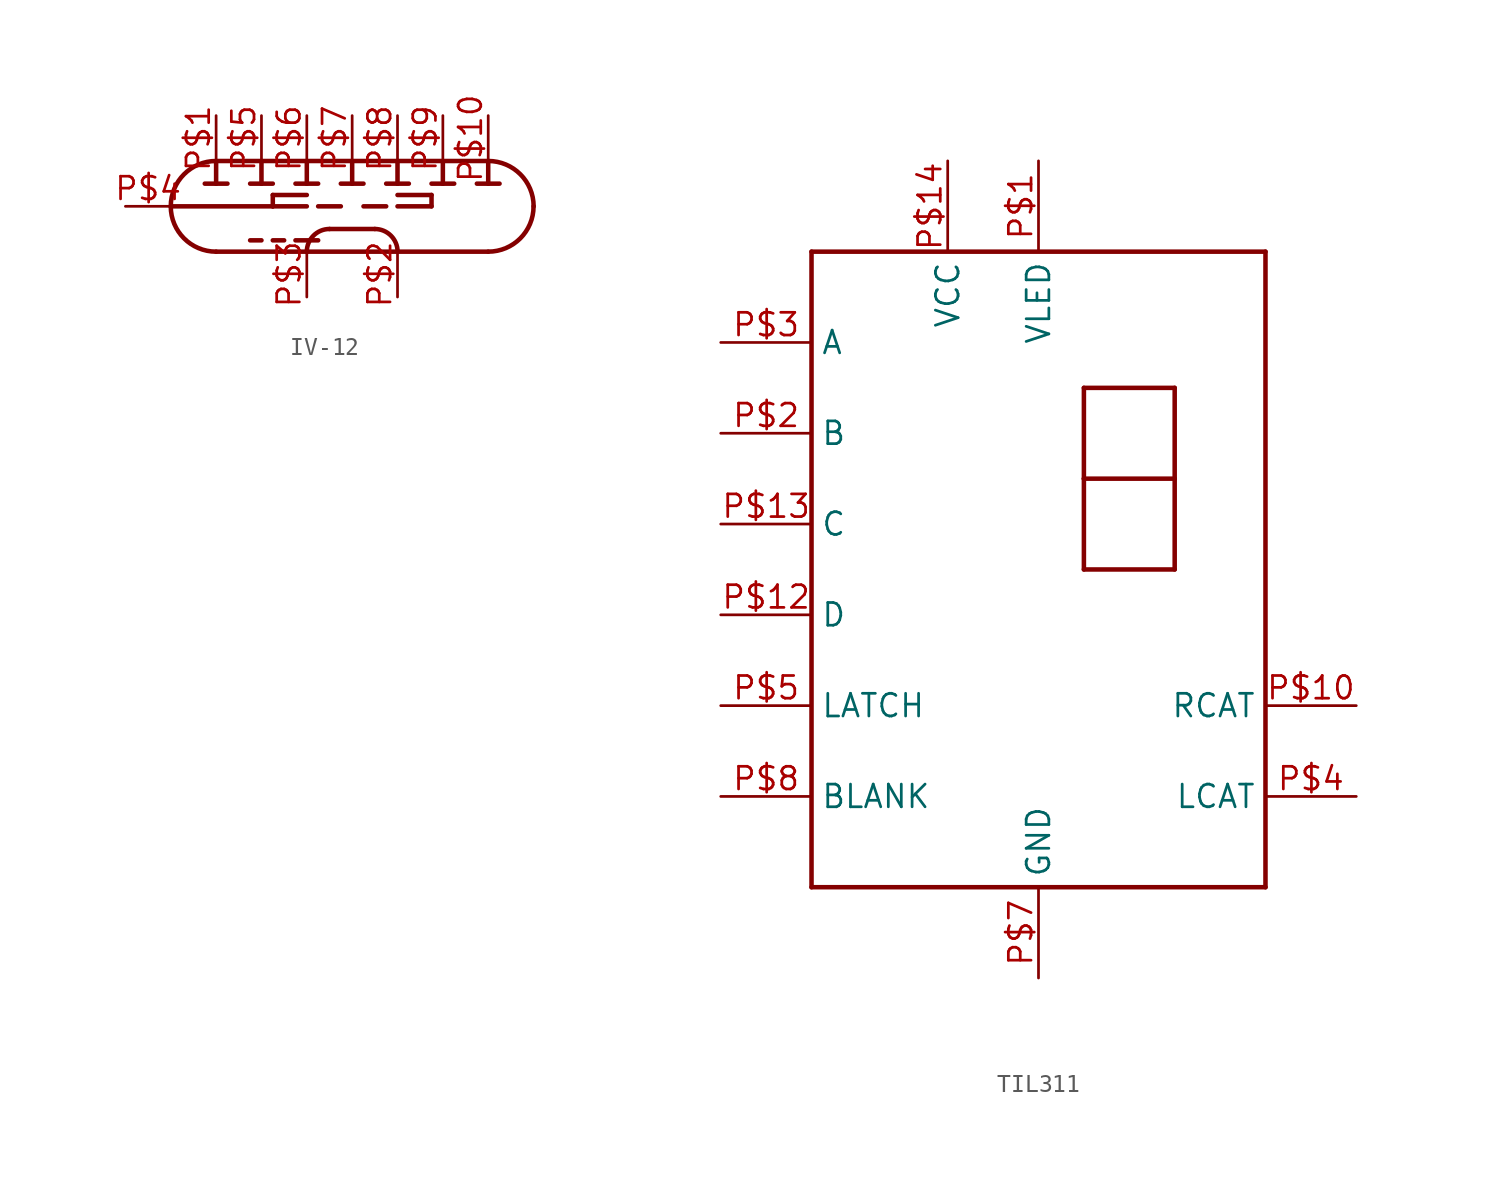
<source format=kicad_sym>
(kicad_symbol_lib
  (version 20231120)
  (generator "kicad_symbol_editor")
  (generator_version "8.0")
  (symbol "IV-12"
    (property "Reference" ""
      (at 5.08 -5.08 0)
      (effects (font (size 1.27 1.079)) (justify left bottom) (hide yes)))
    (property "ki_locked" ""
      (at 0 0 0)
      (effects (font (size 1.27 1.27))))
    (symbol "IV-12_1_0"
      (arc (start -10.16 0) (mid -9.4161 -1.7961) (end -7.62 -2.54) (stroke (width 0.254) (type solid)) (fill (type none)))
      (arc (start -7.62 2.54) (mid -9.4161 1.7961) (end -10.16 0) (stroke (width 0.254) (type solid)) (fill (type none)))
      (arc (start -1.27 -1.27) (mid -2.168 -1.642) (end -2.54 -2.54) (stroke (width 0.254) (type solid)) (fill (type none)))
      (polyline (pts (xy -7.62 1.27) (xy -8.255 1.27)) (stroke (width 0.254) (type solid)) (fill (type none)))
      (polyline (pts (xy -7.62 1.27) (xy -6.985 1.27)) (stroke (width 0.254) (type solid)) (fill (type none)))
      (polyline (pts (xy -7.62 2.54) (xy -7.62 1.27)) (stroke (width 0.254) (type solid)) (fill (type none)))
      (polyline (pts (xy -7.62 2.54) (xy -5.08 2.54)) (stroke (width 0.254) (type solid)) (fill (type none)))
      (polyline (pts (xy -5.715 1.27) (xy -5.08 1.27)) (stroke (width 0.254) (type solid)) (fill (type none)))
      (polyline (pts (xy -5.08 -1.905) (xy -5.715 -1.905)) (stroke (width 0.254) (type solid)) (fill (type none)))
      (polyline (pts (xy -5.08 1.27) (xy -5.08 2.54)) (stroke (width 0.254) (type solid)) (fill (type none)))
      (polyline (pts (xy -5.08 1.27) (xy -4.445 1.27)) (stroke (width 0.254) (type solid)) (fill (type none)))
      (polyline (pts (xy -5.08 2.54) (xy -2.54 2.54)) (stroke (width 0.254) (type solid)) (fill (type none)))
      (polyline (pts (xy -4.445 0) (xy -10.16 0)) (stroke (width 0.254) (type solid)) (fill (type none)))
      (polyline (pts (xy -4.445 0) (xy -2.54 0)) (stroke (width 0.254) (type solid)) (fill (type none)))
      (polyline (pts (xy -4.445 0.635) (xy -4.445 0)) (stroke (width 0.254) (type solid)) (fill (type none)))
      (polyline (pts (xy -3.81 -1.905) (xy -4.445 -1.905)) (stroke (width 0.254) (type solid)) (fill (type none)))
      (polyline (pts (xy -3.175 -1.905) (xy -1.905 -1.905)) (stroke (width 0.254) (type solid)) (fill (type none)))
      (polyline (pts (xy -3.175 1.27) (xy -2.54 1.27)) (stroke (width 0.254) (type solid)) (fill (type none)))
      (polyline (pts (xy -2.54 -2.54) (xy -7.62 -2.54)) (stroke (width 0.254) (type solid)) (fill (type none)))
      (polyline (pts (xy -2.54 0.635) (xy -4.445 0.635)) (stroke (width 0.254) (type solid)) (fill (type none)))
      (polyline (pts (xy -2.54 1.27) (xy -2.54 2.54)) (stroke (width 0.254) (type solid)) (fill (type none)))
      (polyline (pts (xy -2.54 1.27) (xy -1.905 1.27)) (stroke (width 0.254) (type solid)) (fill (type none)))
      (polyline (pts (xy -2.54 2.54) (xy 0 2.54)) (stroke (width 0.254) (type solid)) (fill (type none)))
      (polyline (pts (xy -1.905 0) (xy -0.635 0)) (stroke (width 0.254) (type solid)) (fill (type none)))
      (polyline (pts (xy -1.27 -1.27) (xy 1.27 -1.27)) (stroke (width 0.254) (type solid)) (fill (type none)))
      (polyline (pts (xy -0.635 1.27) (xy 0 1.27)) (stroke (width 0.254) (type solid)) (fill (type none)))
      (polyline (pts (xy 0 1.27) (xy 0 2.54)) (stroke (width 0.254) (type solid)) (fill (type none)))
      (polyline (pts (xy 0 1.27) (xy 0.635 1.27)) (stroke (width 0.254) (type solid)) (fill (type none)))
      (polyline (pts (xy 0 2.54) (xy 2.54 2.54)) (stroke (width 0.254) (type solid)) (fill (type none)))
      (polyline (pts (xy 0.635 0) (xy 1.905 0)) (stroke (width 0.254) (type solid)) (fill (type none)))
      (polyline (pts (xy 1.905 1.27) (xy 2.54 1.27)) (stroke (width 0.254) (type solid)) (fill (type none)))
      (polyline (pts (xy 2.54 -2.54) (xy -2.54 -2.54)) (stroke (width 0.254) (type solid)) (fill (type none)))
      (polyline (pts (xy 2.54 0) (xy 4.445 0)) (stroke (width 0.254) (type solid)) (fill (type none)))
      (polyline (pts (xy 2.54 1.27) (xy 2.54 2.54)) (stroke (width 0.254) (type solid)) (fill (type none)))
      (polyline (pts (xy 2.54 1.27) (xy 3.175 1.27)) (stroke (width 0.254) (type solid)) (fill (type none)))
      (polyline (pts (xy 2.54 2.54) (xy 5.08 2.54)) (stroke (width 0.254) (type solid)) (fill (type none)))
      (polyline (pts (xy 4.445 0) (xy 4.445 0.635)) (stroke (width 0.254) (type solid)) (fill (type none)))
      (polyline (pts (xy 4.445 0.635) (xy 2.54 0.635)) (stroke (width 0.254) (type solid)) (fill (type none)))
      (polyline (pts (xy 4.445 1.27) (xy 5.08 1.27)) (stroke (width 0.254) (type solid)) (fill (type none)))
      (polyline (pts (xy 5.08 1.27) (xy 5.08 2.54)) (stroke (width 0.254) (type solid)) (fill (type none)))
      (polyline (pts (xy 5.08 1.27) (xy 5.715 1.27)) (stroke (width 0.254) (type solid)) (fill (type none)))
      (polyline (pts (xy 5.08 2.54) (xy 7.62 2.54)) (stroke (width 0.254) (type solid)) (fill (type none)))
      (polyline (pts (xy 6.985 1.27) (xy 7.62 1.27)) (stroke (width 0.254) (type solid)) (fill (type none)))
      (polyline (pts (xy 7.62 -2.54) (xy 2.54 -2.54)) (stroke (width 0.254) (type solid)) (fill (type none)))
      (polyline (pts (xy 7.62 1.27) (xy 7.62 2.54)) (stroke (width 0.254) (type solid)) (fill (type none)))
      (polyline (pts (xy 7.62 1.27) (xy 8.255 1.27)) (stroke (width 0.254) (type solid)) (fill (type none)))
      (arc (start 2.54 -2.54) (mid 2.168 -1.642) (end 1.27 -1.27) (stroke (width 0.254) (type solid)) (fill (type none)))
      (arc (start 7.62 -2.54) (mid 9.4161 -1.7961) (end 10.16 0) (stroke (width 0.254) (type solid)) (fill (type none)))
      (arc (start 10.16 0) (mid 9.4161 1.7961) (end 7.62 2.54) (stroke (width 0.254) (type solid)) (fill (type none)))
      (pin bidirectional line (at -7.62 5.08 270) (length 2.54) (name "C1" (effects (font (size 0 0)))) (number "P$1" (effects (font (size 1.27 1.27)))))
      (pin bidirectional line (at 7.62 5.08 270) (length 2.54) (name "C10" (effects (font (size 0 0)))) (number "P$10" (effects (font (size 1.27 1.27)))))
      (pin bidirectional line (at 2.54 -5.08 90) (length 2.54) (name "F2" (effects (font (size 0 0)))) (number "P$2" (effects (font (size 1.27 1.27)))))
      (pin bidirectional line (at -2.54 -5.08 90) (length 2.54) (name "F3" (effects (font (size 0 0)))) (number "P$3" (effects (font (size 1.27 1.27)))))
      (pin bidirectional line (at -12.7 0 0) (length 2.54) (name "ANODE" (effects (font (size 0 0)))) (number "P$4" (effects (font (size 1.27 1.27)))))
      (pin bidirectional line (at -5.08 5.08 270) (length 2.54) (name "C5" (effects (font (size 0 0)))) (number "P$5" (effects (font (size 1.27 1.27)))))
      (pin bidirectional line (at -2.54 5.08 270) (length 2.54) (name "C6" (effects (font (size 0 0)))) (number "P$6" (effects (font (size 1.27 1.27)))))
      (pin bidirectional line (at 0 5.08 270) (length 2.54) (name "C7" (effects (font (size 0 0)))) (number "P$7" (effects (font (size 1.27 1.27)))))
      (pin bidirectional line (at 2.54 5.08 270) (length 2.54) (name "C8" (effects (font (size 0 0)))) (number "P$8" (effects (font (size 1.27 1.27)))))
      (pin bidirectional line (at 5.08 5.08 270) (length 2.54) (name "C9" (effects (font (size 0 0)))) (number "P$9" (effects (font (size 1.27 1.27)))))))
  (symbol "TIL311"
    (property "Reference" ""
      (at -12.7 -20.32 0)
      (effects (font (size 1.422 1.209)) (justify left bottom) (hide yes)))
    (property "Value" ""
      (at 5.08 -20.32 0)
      (effects (font (size 1.422 1.209)) (justify left bottom)))
    (property "ki_locked" ""
      (at 0 0 0)
      (effects (font (size 1.27 1.27))))
    (symbol "TIL311_1_0"
      (polyline (pts (xy -12.7 -17.78) (xy -12.7 17.78)) (stroke (width 0.254) (type solid)) (fill (type none)))
      (polyline (pts (xy -12.7 17.78) (xy 12.7 17.78)) (stroke (width 0.254) (type solid)) (fill (type none)))
      (polyline (pts (xy 2.54 0) (xy 2.54 5.08)) (stroke (width 0.254) (type solid)) (fill (type none)))
      (polyline (pts (xy 2.54 5.08) (xy 7.62 5.08)) (stroke (width 0.254) (type solid)) (fill (type none)))
      (polyline (pts (xy 2.54 10.16) (xy 2.54 5.08)) (stroke (width 0.254) (type solid)) (fill (type none)))
      (polyline (pts (xy 2.54 10.16) (xy 7.62 10.16)) (stroke (width 0.254) (type solid)) (fill (type none)))
      (polyline (pts (xy 7.62 0) (xy 2.54 0)) (stroke (width 0.254) (type solid)) (fill (type none)))
      (polyline (pts (xy 7.62 5.08) (xy 7.62 0)) (stroke (width 0.254) (type solid)) (fill (type none)))
      (polyline (pts (xy 7.62 10.16) (xy 7.62 5.08)) (stroke (width 0.254) (type solid)) (fill (type none)))
      (polyline (pts (xy 12.7 -17.78) (xy -12.7 -17.78)) (stroke (width 0.254) (type solid)) (fill (type none)))
      (polyline (pts (xy 12.7 17.78) (xy 12.7 -17.78)) (stroke (width 0.254) (type solid)) (fill (type none)))
      (pin bidirectional line (at 0 22.86 270) (length 5.08) (name "VLED" (effects (font (size 1.27 1.27)))) (number "P$1" (effects (font (size 1.27 1.27)))))
      (pin bidirectional line (at 17.78 -7.62 180) (length 5.08) (name "RCAT" (effects (font (size 1.27 1.27)))) (number "P$10" (effects (font (size 1.27 1.27)))))
      (pin bidirectional line (at -17.78 -2.54 0) (length 5.08) (name "D" (effects (font (size 1.27 1.27)))) (number "P$12" (effects (font (size 1.27 1.27)))))
      (pin bidirectional line (at -17.78 2.54 0) (length 5.08) (name "C" (effects (font (size 1.27 1.27)))) (number "P$13" (effects (font (size 1.27 1.27)))))
      (pin bidirectional line (at -5.08 22.86 270) (length 5.08) (name "VCC" (effects (font (size 1.27 1.27)))) (number "P$14" (effects (font (size 1.27 1.27)))))
      (pin bidirectional line (at -17.78 7.62 0) (length 5.08) (name "B" (effects (font (size 1.27 1.27)))) (number "P$2" (effects (font (size 1.27 1.27)))))
      (pin bidirectional line (at -17.78 12.7 0) (length 5.08) (name "A" (effects (font (size 1.27 1.27)))) (number "P$3" (effects (font (size 1.27 1.27)))))
      (pin bidirectional line (at 17.78 -12.7 180) (length 5.08) (name "LCAT" (effects (font (size 1.27 1.27)))) (number "P$4" (effects (font (size 1.27 1.27)))))
      (pin bidirectional line (at -17.78 -7.62 0) (length 5.08) (name "LATCH" (effects (font (size 1.27 1.27)))) (number "P$5" (effects (font (size 1.27 1.27)))))
      (pin bidirectional line (at 0 -22.86 90) (length 5.08) (name "GND" (effects (font (size 1.27 1.27)))) (number "P$7" (effects (font (size 1.27 1.27)))))
      (pin bidirectional line (at -17.78 -12.7 0) (length 5.08) (name "BLANK" (effects (font (size 1.27 1.27)))) (number "P$8" (effects (font (size 1.27 1.27))))))))
</source>
